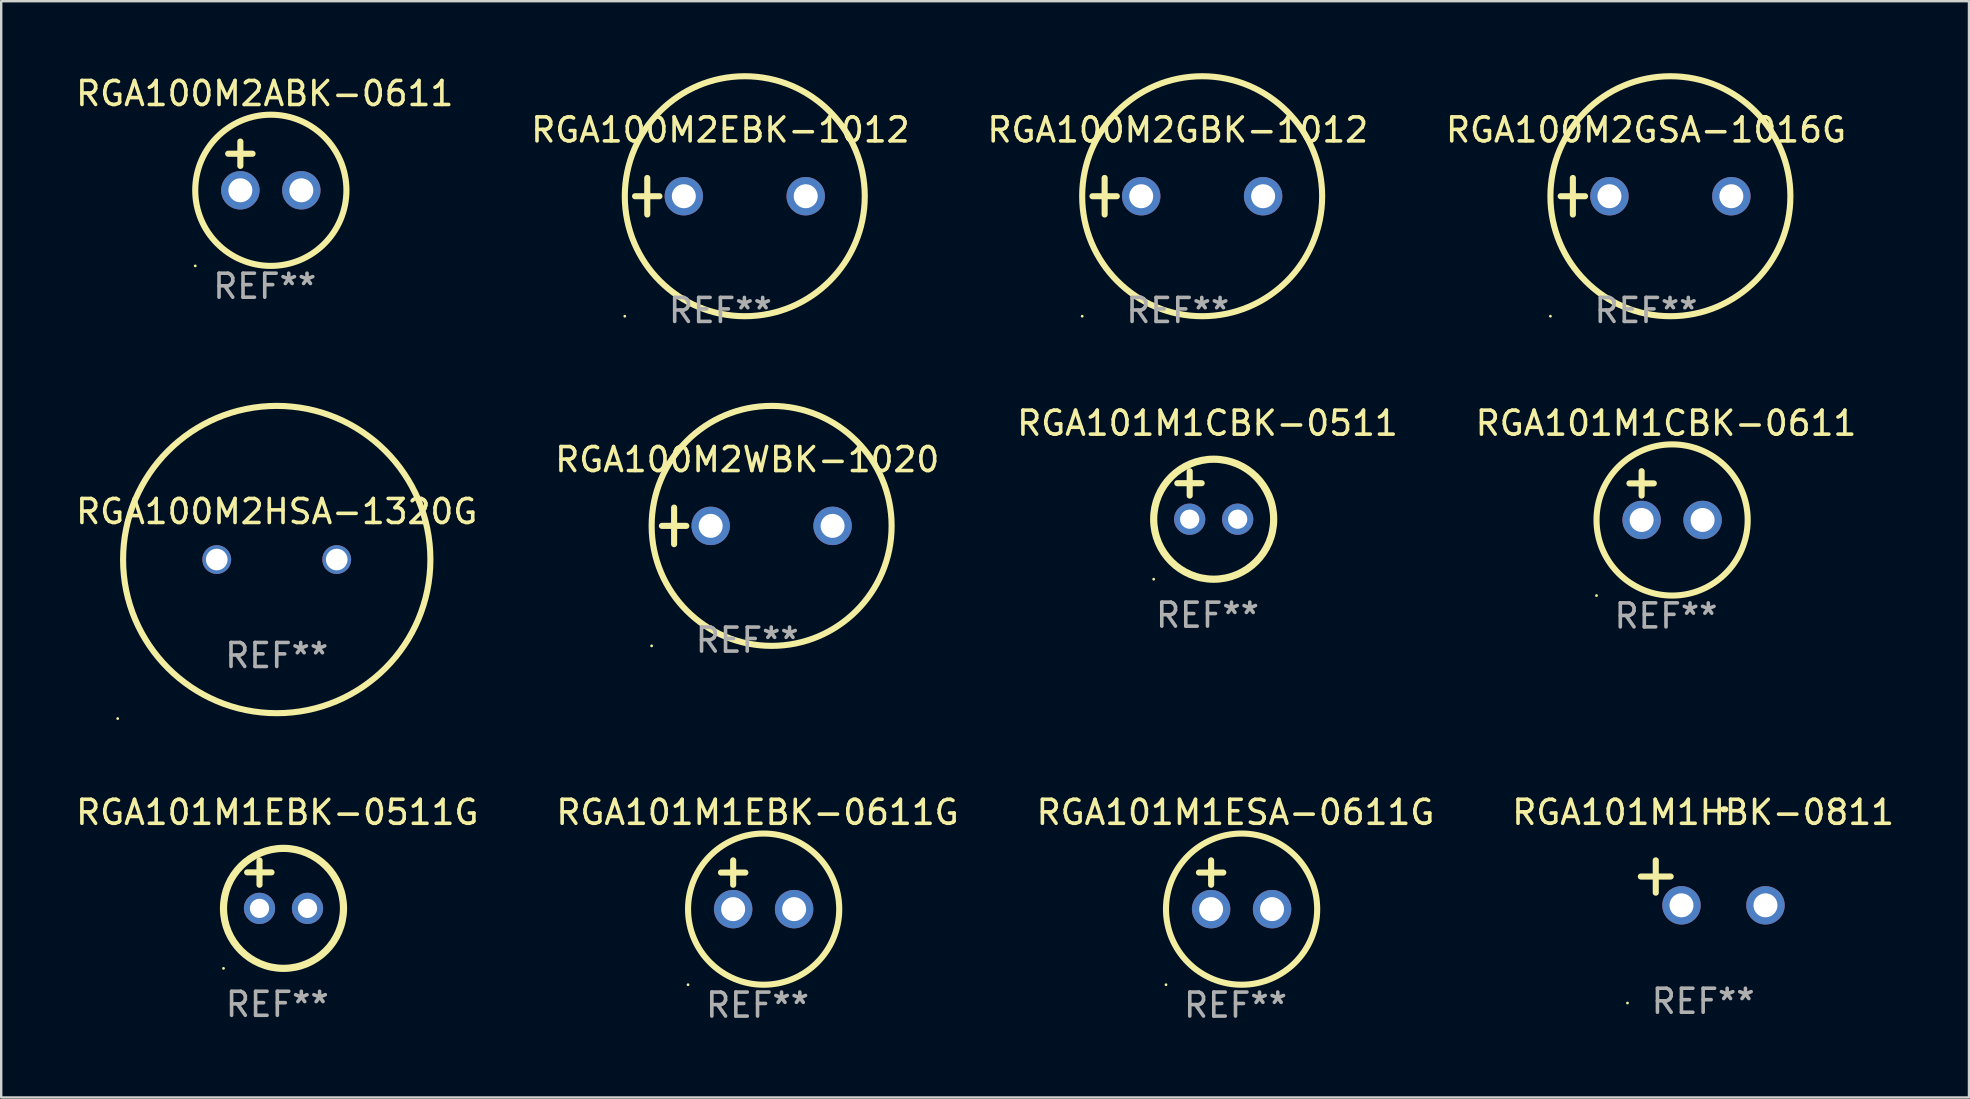
<source format=kicad_pcb>
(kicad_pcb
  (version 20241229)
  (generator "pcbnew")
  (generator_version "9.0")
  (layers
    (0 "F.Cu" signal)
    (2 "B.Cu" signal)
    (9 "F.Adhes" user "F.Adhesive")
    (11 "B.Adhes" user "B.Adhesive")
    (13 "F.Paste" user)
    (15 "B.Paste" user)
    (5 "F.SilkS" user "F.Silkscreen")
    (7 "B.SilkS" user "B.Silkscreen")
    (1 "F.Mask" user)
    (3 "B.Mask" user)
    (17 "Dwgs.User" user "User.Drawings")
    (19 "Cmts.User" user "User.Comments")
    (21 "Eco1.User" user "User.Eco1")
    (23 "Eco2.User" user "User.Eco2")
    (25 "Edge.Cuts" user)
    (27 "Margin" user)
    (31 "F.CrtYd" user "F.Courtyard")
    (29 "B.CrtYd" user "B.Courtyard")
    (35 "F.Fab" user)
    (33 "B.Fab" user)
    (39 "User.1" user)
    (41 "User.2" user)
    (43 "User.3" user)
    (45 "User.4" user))
  (footprint "RGA101M1EBK-0611G"
    (layer "F.Cu")
    (at 28.518 33.819)
    (property "Reference" "RGA101M1EBK-0611G" (at 0 -3.016 0) (layer "F.SilkS") (effects (font (size 1 1) (thickness 0.15))))
    (attr through_hole)
    (fp_line (start -1.524 -0.508) (end -0.508 -0.508) (stroke (width 0.254) (type solid)) (layer "F.SilkS"))
    (fp_line (start -1.016 -1.016) (end -1.016 0) (stroke (width 0.254) (type solid)) (layer "F.SilkS"))
    (fp_circle (center -2.896 4.166) (end -2.866 4.166) (stroke (width 0.06) (type solid)) (fill no) (layer "F.SilkS"))
    (fp_circle (center 0.254 1.016) (end 3.404 1.016) (stroke (width 0.254) (type solid)) (fill no) (layer "F.SilkS"))
    (fp_text user "REF**" (at 0 5.016 0) (layer "F.Fab") (effects (font (size 1 1) (thickness 0.15))))
    (pad "1" thru_hole circle (at -1.016 1.016) (size 1.6 1.6) (drill 1) (layers "*.Cu" "*.Mask"))
    (pad "2" thru_hole circle (at 1.524 1.016) (size 1.6 1.6) (drill 1) (layers "*.Cu" "*.Mask")))
  (footprint "RGA100M2GBK-1012"
    (layer "F.Cu")
    (at 46.03 5.127)
    (property "Reference" "RGA100M2GBK-1012" (at 0 -2.762 0) (layer "F.SilkS") (effects (font (size 1 1) (thickness 0.15))))
    (attr through_hole)
    (fp_line (start -3.556 0) (end -2.54 0) (stroke (width 0.254) (type solid)) (layer "F.SilkS"))
    (fp_line (start -3.048 -0.762) (end -3.048 0.762) (stroke (width 0.254) (type solid)) (layer "F.SilkS"))
    (fp_circle (center -3.984 5) (end -3.954 5) (stroke (width 0.06) (type solid)) (fill no) (layer "F.SilkS"))
    (fp_circle (center 1.016 0) (end 6.016 0) (stroke (width 0.254) (type solid)) (fill no) (layer "F.SilkS"))
    (fp_text user "REF**" (at 0 4.762 0) (layer "F.Fab") (effects (font (size 1 1) (thickness 0.15))))
    (pad "1" thru_hole circle (at -1.524 0) (size 1.6 1.6) (drill 1) (layers "*.Cu" "*.Mask"))
    (pad "2" thru_hole circle (at 3.556 0) (size 1.6 1.6) (drill 1) (layers "*.Cu" "*.Mask")))
  (footprint "RGA100M2HSA-1320G"
    (layer "F.Cu")
    (at 8.482 20.267)
    (property "Reference" "RGA100M2HSA-1320G" (at 0 -2 0) (layer "F.SilkS") (effects (font (size 1 1) (thickness 0.15))))
    (attr through_hole)
    (fp_circle (center -6.627 6.627) (end -6.597 6.627) (stroke (width 0.06) (type solid)) (fill no) (layer "F.SilkS"))
    (fp_circle (center 0.000127 0) (end 6.403 0) (stroke (width 0.254) (type solid)) (fill no) (layer "F.SilkS"))
    (fp_text user "REF**" (at 0 4 0) (layer "F.Fab") (effects (font (size 1 1) (thickness 0.15))))
    (pad "1" thru_hole circle (at -2.5 0) (size 1.2 1.2) (drill 0.9) (layers "*.Cu" "*.Mask"))
    (pad "2" thru_hole circle (at 2.5 0) (size 1.2 1.2) (drill 0.9) (layers "*.Cu" "*.Mask")))
  (footprint "RGA101M1CBK-0611"
    (layer "F.Cu")
    (at 66.375 17.602)
    (property "Reference" "RGA101M1CBK-0611" (at 0 -3.016 0) (layer "F.SilkS") (effects (font (size 1 1) (thickness 0.15))))
    (attr through_hole)
    (fp_line (start -1.524 -0.508) (end -0.508 -0.508) (stroke (width 0.254) (type solid)) (layer "F.SilkS"))
    (fp_line (start -1.016 -1.016) (end -1.016 0) (stroke (width 0.254) (type solid)) (layer "F.SilkS"))
    (fp_circle (center -2.896 4.166) (end -2.866 4.166) (stroke (width 0.06) (type solid)) (fill no) (layer "F.SilkS"))
    (fp_circle (center 0.254 1.016) (end 3.404 1.016) (stroke (width 0.254) (type solid)) (fill no) (layer "F.SilkS"))
    (fp_text user "REF**" (at 0 5.016 0) (layer "F.Fab") (effects (font (size 1 1) (thickness 0.15))))
    (pad "1" thru_hole circle (at -1.016 1.016) (size 1.6 1.6) (drill 1) (layers "*.Cu" "*.Mask"))
    (pad "2" thru_hole circle (at 1.524 1.016) (size 1.6 1.6) (drill 1) (layers "*.Cu" "*.Mask")))
  (footprint "RGA100M2GSA-1016G"
    (layer "F.Cu")
    (at 65.542 5.127)
    (property "Reference" "RGA100M2GSA-1016G" (at 0 -2.762 0) (layer "F.SilkS") (effects (font (size 1 1) (thickness 0.15))))
    (attr through_hole)
    (fp_line (start -3.556 0) (end -2.54 0) (stroke (width 0.254) (type solid)) (layer "F.SilkS"))
    (fp_line (start -3.048 -0.762) (end -3.048 0.762) (stroke (width 0.254) (type solid)) (layer "F.SilkS"))
    (fp_circle (center -3.984 5) (end -3.954 5) (stroke (width 0.06) (type solid)) (fill no) (layer "F.SilkS"))
    (fp_circle (center 1.016 0) (end 6.016 0) (stroke (width 0.254) (type solid)) (fill no) (layer "F.SilkS"))
    (fp_text user "REF**" (at 0 4.762 0) (layer "F.Fab") (effects (font (size 1 1) (thickness 0.15))))
    (pad "1" thru_hole circle (at -1.524 0) (size 1.6 1.6) (drill 1) (layers "*.Cu" "*.Mask"))
    (pad "2" thru_hole circle (at 3.556 0) (size 1.6 1.6) (drill 1) (layers "*.Cu" "*.Mask")))
  (footprint "RGA100M2WBK-1020"
    (layer "F.Cu")
    (at 28.089 18.864)
    (property "Reference" "RGA100M2WBK-1020" (at 0 -2.762 0) (layer "F.SilkS") (effects (font (size 1 1) (thickness 0.15))))
    (attr through_hole)
    (fp_line (start -3.556 0) (end -2.54 0) (stroke (width 0.254) (type solid)) (layer "F.SilkS"))
    (fp_line (start -3.048 -0.762) (end -3.048 0.762) (stroke (width 0.254) (type solid)) (layer "F.SilkS"))
    (fp_circle (center -3.984 5) (end -3.954 5) (stroke (width 0.06) (type solid)) (fill no) (layer "F.SilkS"))
    (fp_circle (center 1.016 0) (end 6.016 0) (stroke (width 0.254) (type solid)) (fill no) (layer "F.SilkS"))
    (fp_text user "REF**" (at 0 4.762 0) (layer "F.Fab") (effects (font (size 1 1) (thickness 0.15))))
    (pad "1" thru_hole circle (at -1.524 0) (size 1.6 1.6) (drill 1) (layers "*.Cu" "*.Mask"))
    (pad "2" thru_hole circle (at 3.556 0) (size 1.6 1.6) (drill 1) (layers "*.Cu" "*.Mask")))
  (footprint "RGA101M1CBK-0511"
    (layer "F.Cu")
    (at 47.268 17.586)
    (property "Reference" "RGA101M1CBK-0511" (at 0 -3 0) (layer "F.SilkS") (effects (font (size 1 1) (thickness 0.15))))
    (attr through_hole)
    (fp_line (start -1.258 -0.5) (end -0.242 -0.5) (stroke (width 0.254) (type solid)) (layer "F.SilkS"))
    (fp_line (start -0.742 -1) (end -0.742 0.016) (stroke (width 0.254) (type solid)) (layer "F.SilkS"))
    (fp_circle (center -2.242 3.5) (end -2.212 3.5) (stroke (width 0.06) (type solid)) (fill no) (layer "F.SilkS"))
    (fp_circle (center 0.258 1) (end 2.758 1) (stroke (width 0.3) (type solid)) (fill no) (layer "F.SilkS"))
    (fp_text user "REF**" (at 0 5 0) (layer "F.Fab") (effects (font (size 1 1) (thickness 0.15))))
    (pad "1" thru_hole circle (at -0.742 1) (size 1.3 1.3) (drill 0.8) (layers "*.Cu" "*.Mask"))
    (pad "2" thru_hole circle (at 1.258 1) (size 1.3 1.3) (drill 0.8) (layers "*.Cu" "*.Mask")))
  (footprint "RGA100M2ABK-0611"
    (layer "F.Cu")
    (at 7.982 3.864)
    (property "Reference" "RGA100M2ABK-0611" (at 0 -3.016 0) (layer "F.SilkS") (effects (font (size 1 1) (thickness 0.15))))
    (attr through_hole)
    (fp_line (start -1.524 -0.508) (end -0.508 -0.508) (stroke (width 0.254) (type solid)) (layer "F.SilkS"))
    (fp_line (start -1.016 -1.016) (end -1.016 0) (stroke (width 0.254) (type solid)) (layer "F.SilkS"))
    (fp_circle (center -2.896 4.166) (end -2.866 4.166) (stroke (width 0.06) (type solid)) (fill no) (layer "F.SilkS"))
    (fp_circle (center 0.254 1.016) (end 3.404 1.016) (stroke (width 0.254) (type solid)) (fill no) (layer "F.SilkS"))
    (fp_text user "REF**" (at 0 5.016 0) (layer "F.Fab") (effects (font (size 1 1) (thickness 0.15))))
    (pad "1" thru_hole circle (at -1.016 1.016) (size 1.6 1.6) (drill 1) (layers "*.Cu" "*.Mask"))
    (pad "2" thru_hole circle (at 1.524 1.016) (size 1.6 1.6) (drill 1) (layers "*.Cu" "*.Mask")))
  (footprint "RGA101M1ESA-0611G"
    (layer "F.Cu")
    (at 48.435 33.819)
    (property "Reference" "RGA101M1ESA-0611G" (at 0 -3.016 0) (layer "F.SilkS") (effects (font (size 1 1) (thickness 0.15))))
    (attr through_hole)
    (fp_line (start -1.524 -0.508) (end -0.508 -0.508) (stroke (width 0.254) (type solid)) (layer "F.SilkS"))
    (fp_line (start -1.016 -1.016) (end -1.016 0) (stroke (width 0.254) (type solid)) (layer "F.SilkS"))
    (fp_circle (center -2.896 4.166) (end -2.866 4.166) (stroke (width 0.06) (type solid)) (fill no) (layer "F.SilkS"))
    (fp_circle (center 0.254 1.016) (end 3.404 1.016) (stroke (width 0.254) (type solid)) (fill no) (layer "F.SilkS"))
    (fp_text user "REF**" (at 0 5.016 0) (layer "F.Fab") (effects (font (size 1 1) (thickness 0.15))))
    (pad "1" thru_hole circle (at -1.016 1.016) (size 1.6 1.6) (drill 1) (layers "*.Cu" "*.Mask"))
    (pad "2" thru_hole circle (at 1.524 1.016) (size 1.6 1.6) (drill 1) (layers "*.Cu" "*.Mask")))
  (footprint "RGA101M1HBK-0811"
    (layer "F.Cu")
    (at 67.923 33.739)
    (property "Reference" "RGA101M1HBK-0811" (at 0 -2.937 0) (layer "F.SilkS") (effects (font (size 1 1) (thickness 0.15))))
    (attr through_hole)
    (fp_line (start -1.975 0.41) (end -1.975 -0.937) (stroke (width 0.254) (type solid)) (layer "F.SilkS"))
    (fp_line (start -1.353 -0.263) (end -2.597 -0.263) (stroke (width 0.254) (type solid)) (layer "F.SilkS"))
    (fp_arc (start 0.849809 -3.063957) (mid 0.885369 -3.064114) (end 0.920929 -3.063957) (stroke (width 0.254001) (type solid)) (layer "F.SilkS"))
    (fp_circle (center -3.154 5.008) (end -3.124 5.008) (stroke (width 0.06) (type solid)) (fill no) (layer "F.SilkS"))
    (fp_text user "REF**" (at 0 4.937 0) (layer "F.Fab") (effects (font (size 1 1) (thickness 0.15))))
    (pad "1" thru_hole circle (at -0.903 0.937) (size 1.6 1.6) (drill 1) (layers "*.Cu" "*.Mask"))
    (pad "2" thru_hole circle (at 2.597 0.937) (size 1.6 1.6) (drill 1) (layers "*.Cu" "*.Mask")))
  (footprint "RGA101M1EBK-0511G"
    (layer "F.Cu")
    (at 8.506 33.803)
    (property "Reference" "RGA101M1EBK-0511G" (at 0 -3 0) (layer "F.SilkS") (effects (font (size 1 1) (thickness 0.15))))
    (attr through_hole)
    (fp_line (start -1.258 -0.5) (end -0.242 -0.5) (stroke (width 0.254) (type solid)) (layer "F.SilkS"))
    (fp_line (start -0.742 -1) (end -0.742 0.016) (stroke (width 0.254) (type solid)) (layer "F.SilkS"))
    (fp_circle (center -2.242 3.5) (end -2.212 3.5) (stroke (width 0.06) (type solid)) (fill no) (layer "F.SilkS"))
    (fp_circle (center 0.258 1) (end 2.758 1) (stroke (width 0.3) (type solid)) (fill no) (layer "F.SilkS"))
    (fp_text user "REF**" (at 0 5 0) (layer "F.Fab") (effects (font (size 1 1) (thickness 0.15))))
    (pad "1" thru_hole circle (at -0.742 1) (size 1.3 1.3) (drill 0.8) (layers "*.Cu" "*.Mask"))
    (pad "2" thru_hole circle (at 1.258 1) (size 1.3 1.3) (drill 0.8) (layers "*.Cu" "*.Mask")))
  (footprint "RGA100M2EBK-1012"
    (layer "F.Cu")
    (at 26.97 5.127)
    (property "Reference" "RGA100M2EBK-1012" (at 0 -2.762 0) (layer "F.SilkS") (effects (font (size 1 1) (thickness 0.15))))
    (attr through_hole)
    (fp_line (start -3.556 0) (end -2.54 0) (stroke (width 0.254) (type solid)) (layer "F.SilkS"))
    (fp_line (start -3.048 -0.762) (end -3.048 0.762) (stroke (width 0.254) (type solid)) (layer "F.SilkS"))
    (fp_circle (center -3.984 5) (end -3.954 5) (stroke (width 0.06) (type solid)) (fill no) (layer "F.SilkS"))
    (fp_circle (center 1.016 0) (end 6.016 0) (stroke (width 0.254) (type solid)) (fill no) (layer "F.SilkS"))
    (fp_text user "REF**" (at 0 4.762 0) (layer "F.Fab") (effects (font (size 1 1) (thickness 0.15))))
    (pad "1" thru_hole circle (at -1.524 0) (size 1.6 1.6) (drill 1) (layers "*.Cu" "*.Mask"))
    (pad "2" thru_hole circle (at 3.556 0) (size 1.6 1.6) (drill 1) (layers "*.Cu" "*.Mask")))
  (gr_rect
    (start -3 -3)
    (end 79 42.683)
    (stroke (width 0.1) (type default))
    (fill no)
    (layer "Edge.Cuts")))
</source>
